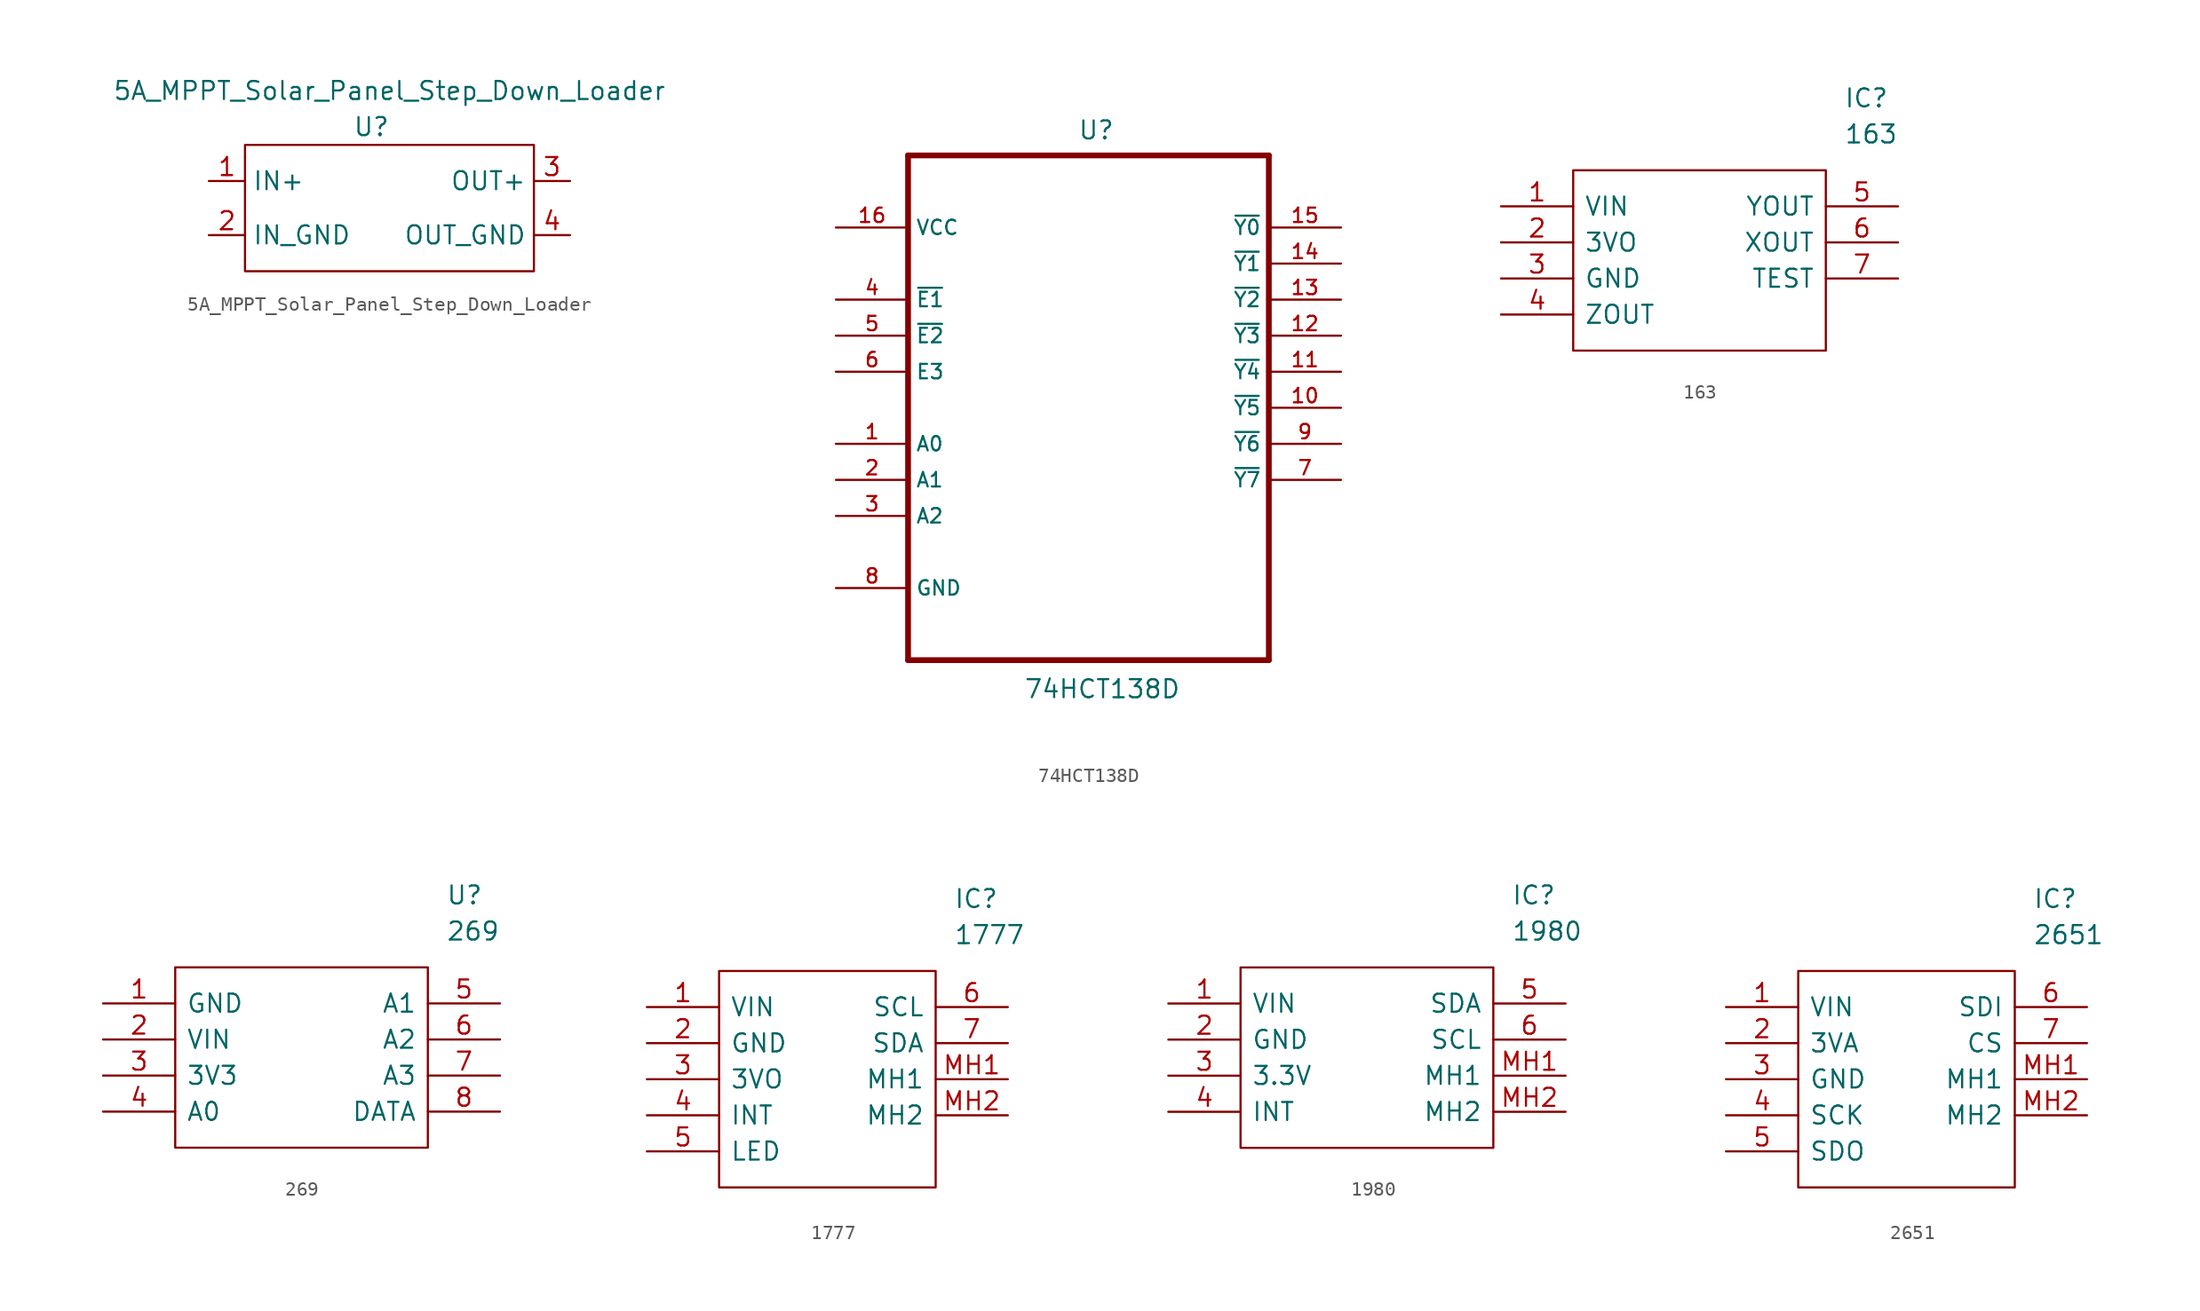
<source format=kicad_sym>
(kicad_symbol_lib
  (version 20220102)
  (generator kicad_symbol_editor)
  (symbol "5A_MPPT_Solar_Panel_Step_Down_Loader"
    (property "Reference" "U"
      (at -1.27 5.08 0)
      (effects (font (size 1.27 1.27))))
    (property "Value" "5A_MPPT_Solar_Panel_Step_Down_Loader"
      (at 0 7.62 0)
      (effects (font (size 1.27 1.27))))
    (symbol "5A_MPPT_Solar_Panel_Step_Down_Loader_0_1"
      (rectangle (start -10.16 3.81) (end 10.16 -5.08) (stroke (width 0) (type default)) (fill (type none))))
    (symbol "5A_MPPT_Solar_Panel_Step_Down_Loader_1_1"
      (pin input line (at -12.7 1.27 0) (length 2.54) (name "IN+" (effects (font (size 1.27 1.27)))) (number "1" (effects (font (size 1.27 1.27)))))
      (pin input line (at -12.7 -2.54 0) (length 2.54) (name "IN_GND" (effects (font (size 1.27 1.27)))) (number "2" (effects (font (size 1.27 1.27)))))
      (pin input line (at 12.7 1.27 180) (length 2.54) (name "OUT+" (effects (font (size 1.27 1.27)))) (number "3" (effects (font (size 1.27 1.27)))))
      (pin input line (at 12.7 -2.54 180) (length 2.54) (name "OUT_GND" (effects (font (size 1.27 1.27)))) (number "4" (effects (font (size 1.27 1.27)))))))
  (symbol "74HCT138D"
    (property "Reference" "U"
      (at -0.762 17.018 0)
      (effects (font (size 1.27 1.27)) (justify left)))
    (property "Value" "74HCT138D"
      (at -4.572 -22.352 0)
      (effects (font (size 1.27 1.27)) (justify left)))
    (property "ki_locked" ""
      (at 0 0 0)
      (effects (font (size 1.27 1.27))))
    (symbol "74HCT138D_0_0"
      (polyline (pts (xy -12.7 -20.32) (xy 12.7 -20.32)) (stroke (width 0.406) (type default)) (fill (type none)))
      (polyline (pts (xy -12.7 15.24) (xy -12.7 -20.32)) (stroke (width 0.406) (type default)) (fill (type none)))
      (polyline (pts (xy 12.7 -20.32) (xy 12.7 15.24)) (stroke (width 0.406) (type default)) (fill (type none)))
      (polyline (pts (xy 12.7 15.24) (xy -12.7 15.24)) (stroke (width 0.406) (type default)) (fill (type none)))
      (pin input line (at -17.78 -5.08 0) (length 5.08) (name "A0" (effects (font (size 1.016 1.016)))) (number "1" (effects (font (size 1.016 1.016)))))
      (pin output line (at 17.78 -2.54 180) (length 5.08) (name "~{Y5}" (effects (font (size 1.016 1.016)))) (number "10" (effects (font (size 1.016 1.016)))))
      (pin output line (at 17.78 0 180) (length 5.08) (name "~{Y4}" (effects (font (size 1.016 1.016)))) (number "11" (effects (font (size 1.016 1.016)))))
      (pin output line (at 17.78 2.54 180) (length 5.08) (name "~{Y3}" (effects (font (size 1.016 1.016)))) (number "12" (effects (font (size 1.016 1.016)))))
      (pin output line (at 17.78 5.08 180) (length 5.08) (name "~{Y2}" (effects (font (size 1.016 1.016)))) (number "13" (effects (font (size 1.016 1.016)))))
      (pin output line (at 17.78 7.62 180) (length 5.08) (name "~{Y1}" (effects (font (size 1.016 1.016)))) (number "14" (effects (font (size 1.016 1.016)))))
      (pin output line (at 17.78 10.16 180) (length 5.08) (name "~{Y0}" (effects (font (size 1.016 1.016)))) (number "15" (effects (font (size 1.016 1.016)))))
      (pin input line (at -17.78 10.16 0) (length 5.08) (name "VCC" (effects (font (size 1.016 1.016)))) (number "16" (effects (font (size 1.016 1.016)))))
      (pin input line (at -17.78 -7.62 0) (length 5.08) (name "A1" (effects (font (size 1.016 1.016)))) (number "2" (effects (font (size 1.016 1.016)))))
      (pin input line (at -17.78 -10.16 0) (length 5.08) (name "A2" (effects (font (size 1.016 1.016)))) (number "3" (effects (font (size 1.016 1.016)))))
      (pin input line (at -17.78 5.08 0) (length 5.08) (name "~{E1}" (effects (font (size 1.016 1.016)))) (number "4" (effects (font (size 1.016 1.016)))))
      (pin input line (at -17.78 2.54 0) (length 5.08) (name "~{E2}" (effects (font (size 1.016 1.016)))) (number "5" (effects (font (size 1.016 1.016)))))
      (pin input line (at -17.78 0 0) (length 5.08) (name "E3" (effects (font (size 1.016 1.016)))) (number "6" (effects (font (size 1.016 1.016)))))
      (pin output line (at 17.78 -7.62 180) (length 5.08) (name "~{Y7}" (effects (font (size 1.016 1.016)))) (number "7" (effects (font (size 1.016 1.016)))))
      (pin passive line (at -17.78 -15.24 0) (length 5.08) (name "GND" (effects (font (size 1.016 1.016)))) (number "8" (effects (font (size 1.016 1.016)))))
      (pin output line (at 17.78 -5.08 180) (length 5.08) (name "~{Y6}" (effects (font (size 1.016 1.016)))) (number "9" (effects (font (size 1.016 1.016)))))))
  (symbol "163"
    (pin_names
      (offset 0.762))
    (property "Reference" "IC"
      (at 24.13 7.62 0)
      (effects (font (size 1.27 1.27)) (justify left)))
    (property "Value" "163"
      (at 24.13 5.08 0)
      (effects (font (size 1.27 1.27)) (justify left)))
    (symbol "163_0_0"
      (pin bidirectional line (at 0 0 0) (length 5.08) (name "VIN" (effects (font (size 1.27 1.27)))) (number "1" (effects (font (size 1.27 1.27)))))
      (pin bidirectional line (at 0 -2.54 0) (length 5.08) (name "3VO" (effects (font (size 1.27 1.27)))) (number "2" (effects (font (size 1.27 1.27)))))
      (pin bidirectional line (at 0 -5.08 0) (length 5.08) (name "GND" (effects (font (size 1.27 1.27)))) (number "3" (effects (font (size 1.27 1.27)))))
      (pin bidirectional line (at 0 -7.62 0) (length 5.08) (name "ZOUT" (effects (font (size 1.27 1.27)))) (number "4" (effects (font (size 1.27 1.27)))))
      (pin bidirectional line (at 27.94 0 180) (length 5.08) (name "YOUT" (effects (font (size 1.27 1.27)))) (number "5" (effects (font (size 1.27 1.27)))))
      (pin bidirectional line (at 27.94 -2.54 180) (length 5.08) (name "XOUT" (effects (font (size 1.27 1.27)))) (number "6" (effects (font (size 1.27 1.27)))))
      (pin bidirectional line (at 27.94 -5.08 180) (length 5.08) (name "TEST" (effects (font (size 1.27 1.27)))) (number "7" (effects (font (size 1.27 1.27))))))
    (symbol "163_0_1"
      (polyline (pts (xy 5.08 2.54) (xy 22.86 2.54) (xy 22.86 -10.16) (xy 5.08 -10.16) (xy 5.08 2.54)) (stroke (width 0.152) (type default)) (fill (type none)))))
  (symbol "269"
    (pin_names
      (offset 0.762))
    (property "Reference" "U"
      (at 24.13 7.62 0)
      (effects (font (size 1.27 1.27)) (justify left)))
    (property "Value" "269"
      (at 24.13 5.08 0)
      (effects (font (size 1.27 1.27)) (justify left)))
    (symbol "269_0_0"
      (pin bidirectional line (at 0 0 0) (length 5.08) (name "GND" (effects (font (size 1.27 1.27)))) (number "1" (effects (font (size 1.27 1.27)))))
      (pin bidirectional line (at 0 -2.54 0) (length 5.08) (name "VIN" (effects (font (size 1.27 1.27)))) (number "2" (effects (font (size 1.27 1.27)))))
      (pin bidirectional line (at 0 -5.08 0) (length 5.08) (name "3V3" (effects (font (size 1.27 1.27)))) (number "3" (effects (font (size 1.27 1.27)))))
      (pin bidirectional line (at 0 -7.62 0) (length 5.08) (name "A0" (effects (font (size 1.27 1.27)))) (number "4" (effects (font (size 1.27 1.27)))))
      (pin bidirectional line (at 27.94 0 180) (length 5.08) (name "A1" (effects (font (size 1.27 1.27)))) (number "5" (effects (font (size 1.27 1.27)))))
      (pin bidirectional line (at 27.94 -2.54 180) (length 5.08) (name "A2" (effects (font (size 1.27 1.27)))) (number "6" (effects (font (size 1.27 1.27)))))
      (pin bidirectional line (at 27.94 -5.08 180) (length 5.08) (name "A3" (effects (font (size 1.27 1.27)))) (number "7" (effects (font (size 1.27 1.27)))))
      (pin bidirectional line (at 27.94 -7.62 180) (length 5.08) (name "DATA" (effects (font (size 1.27 1.27)))) (number "8" (effects (font (size 1.27 1.27))))))
    (symbol "269_0_1"
      (polyline (pts (xy 5.08 2.54) (xy 22.86 2.54) (xy 22.86 -10.16) (xy 5.08 -10.16) (xy 5.08 2.54)) (stroke (width 0.152) (type default)) (fill (type none)))))
  (symbol "1777"
    (pin_names
      (offset 0.762))
    (property "Reference" "IC"
      (at 21.59 7.62 0)
      (effects (font (size 1.27 1.27)) (justify left)))
    (property "Value" "1777"
      (at 21.59 5.08 0)
      (effects (font (size 1.27 1.27)) (justify left)))
    (symbol "1777_0_0"
      (pin unspecified line (at 0 0 0) (length 5.08) (name "VIN" (effects (font (size 1.27 1.27)))) (number "1" (effects (font (size 1.27 1.27)))))
      (pin unspecified line (at 0 -2.54 0) (length 5.08) (name "GND" (effects (font (size 1.27 1.27)))) (number "2" (effects (font (size 1.27 1.27)))))
      (pin unspecified line (at 0 -5.08 0) (length 5.08) (name "3VO" (effects (font (size 1.27 1.27)))) (number "3" (effects (font (size 1.27 1.27)))))
      (pin unspecified line (at 0 -7.62 0) (length 5.08) (name "INT" (effects (font (size 1.27 1.27)))) (number "4" (effects (font (size 1.27 1.27)))))
      (pin unspecified line (at 0 -10.16 0) (length 5.08) (name "LED" (effects (font (size 1.27 1.27)))) (number "5" (effects (font (size 1.27 1.27)))))
      (pin unspecified line (at 25.4 0 180) (length 5.08) (name "SCL" (effects (font (size 1.27 1.27)))) (number "6" (effects (font (size 1.27 1.27)))))
      (pin unspecified line (at 25.4 -2.54 180) (length 5.08) (name "SDA" (effects (font (size 1.27 1.27)))) (number "7" (effects (font (size 1.27 1.27)))))
      (pin unspecified line (at 25.4 -5.08 180) (length 5.08) (name "MH1" (effects (font (size 1.27 1.27)))) (number "MH1" (effects (font (size 1.27 1.27)))))
      (pin unspecified line (at 25.4 -7.62 180) (length 5.08) (name "MH2" (effects (font (size 1.27 1.27)))) (number "MH2" (effects (font (size 1.27 1.27))))))
    (symbol "1777_0_1"
      (polyline (pts (xy 5.08 2.54) (xy 20.32 2.54) (xy 20.32 -12.7) (xy 5.08 -12.7) (xy 5.08 2.54)) (stroke (width 0.152) (type default)) (fill (type none)))))
  (symbol "1980"
    (pin_names
      (offset 0.762))
    (property "Reference" "IC"
      (at 24.13 7.62 0)
      (effects (font (size 1.27 1.27)) (justify left)))
    (property "Value" "1980"
      (at 24.13 5.08 0)
      (effects (font (size 1.27 1.27)) (justify left)))
    (symbol "1980_0_0"
      (pin bidirectional line (at 0 0 0) (length 5.08) (name "VIN" (effects (font (size 1.27 1.27)))) (number "1" (effects (font (size 1.27 1.27)))))
      (pin bidirectional line (at 0 -2.54 0) (length 5.08) (name "GND" (effects (font (size 1.27 1.27)))) (number "2" (effects (font (size 1.27 1.27)))))
      (pin bidirectional line (at 0 -5.08 0) (length 5.08) (name "3.3V" (effects (font (size 1.27 1.27)))) (number "3" (effects (font (size 1.27 1.27)))))
      (pin bidirectional line (at 0 -7.62 0) (length 5.08) (name "INT" (effects (font (size 1.27 1.27)))) (number "4" (effects (font (size 1.27 1.27)))))
      (pin bidirectional line (at 27.94 0 180) (length 5.08) (name "SDA" (effects (font (size 1.27 1.27)))) (number "5" (effects (font (size 1.27 1.27)))))
      (pin bidirectional line (at 27.94 -2.54 180) (length 5.08) (name "SCL" (effects (font (size 1.27 1.27)))) (number "6" (effects (font (size 1.27 1.27)))))
      (pin bidirectional line (at 27.94 -5.08 180) (length 5.08) (name "MH1" (effects (font (size 1.27 1.27)))) (number "MH1" (effects (font (size 1.27 1.27)))))
      (pin bidirectional line (at 27.94 -7.62 180) (length 5.08) (name "MH2" (effects (font (size 1.27 1.27)))) (number "MH2" (effects (font (size 1.27 1.27))))))
    (symbol "1980_0_1"
      (polyline (pts (xy 5.08 2.54) (xy 22.86 2.54) (xy 22.86 -10.16) (xy 5.08 -10.16) (xy 5.08 2.54)) (stroke (width 0.152) (type default)) (fill (type none)))))
  (symbol "2651"
    (pin_names
      (offset 0.762))
    (property "Reference" "IC"
      (at 21.59 7.62 0)
      (effects (font (size 1.27 1.27)) (justify left)))
    (property "Value" "2651"
      (at 21.59 5.08 0)
      (effects (font (size 1.27 1.27)) (justify left)))
    (symbol "2651_0_0"
      (pin bidirectional line (at 0 0 0) (length 5.08) (name "VIN" (effects (font (size 1.27 1.27)))) (number "1" (effects (font (size 1.27 1.27)))))
      (pin bidirectional line (at 0 -2.54 0) (length 5.08) (name "3VA" (effects (font (size 1.27 1.27)))) (number "2" (effects (font (size 1.27 1.27)))))
      (pin bidirectional line (at 0 -5.08 0) (length 5.08) (name "GND" (effects (font (size 1.27 1.27)))) (number "3" (effects (font (size 1.27 1.27)))))
      (pin bidirectional line (at 0 -7.62 0) (length 5.08) (name "SCK" (effects (font (size 1.27 1.27)))) (number "4" (effects (font (size 1.27 1.27)))))
      (pin bidirectional line (at 0 -10.16 0) (length 5.08) (name "SDO" (effects (font (size 1.27 1.27)))) (number "5" (effects (font (size 1.27 1.27)))))
      (pin bidirectional line (at 25.4 0 180) (length 5.08) (name "SDI" (effects (font (size 1.27 1.27)))) (number "6" (effects (font (size 1.27 1.27)))))
      (pin bidirectional line (at 25.4 -2.54 180) (length 5.08) (name "CS" (effects (font (size 1.27 1.27)))) (number "7" (effects (font (size 1.27 1.27)))))
      (pin bidirectional line (at 25.4 -5.08 180) (length 5.08) (name "MH1" (effects (font (size 1.27 1.27)))) (number "MH1" (effects (font (size 1.27 1.27)))))
      (pin bidirectional line (at 25.4 -7.62 180) (length 5.08) (name "MH2" (effects (font (size 1.27 1.27)))) (number "MH2" (effects (font (size 1.27 1.27))))))
    (symbol "2651_0_1"
      (polyline (pts (xy 5.08 2.54) (xy 20.32 2.54) (xy 20.32 -12.7) (xy 5.08 -12.7) (xy 5.08 2.54)) (stroke (width 0.152) (type default)) (fill (type none))))))
</source>
